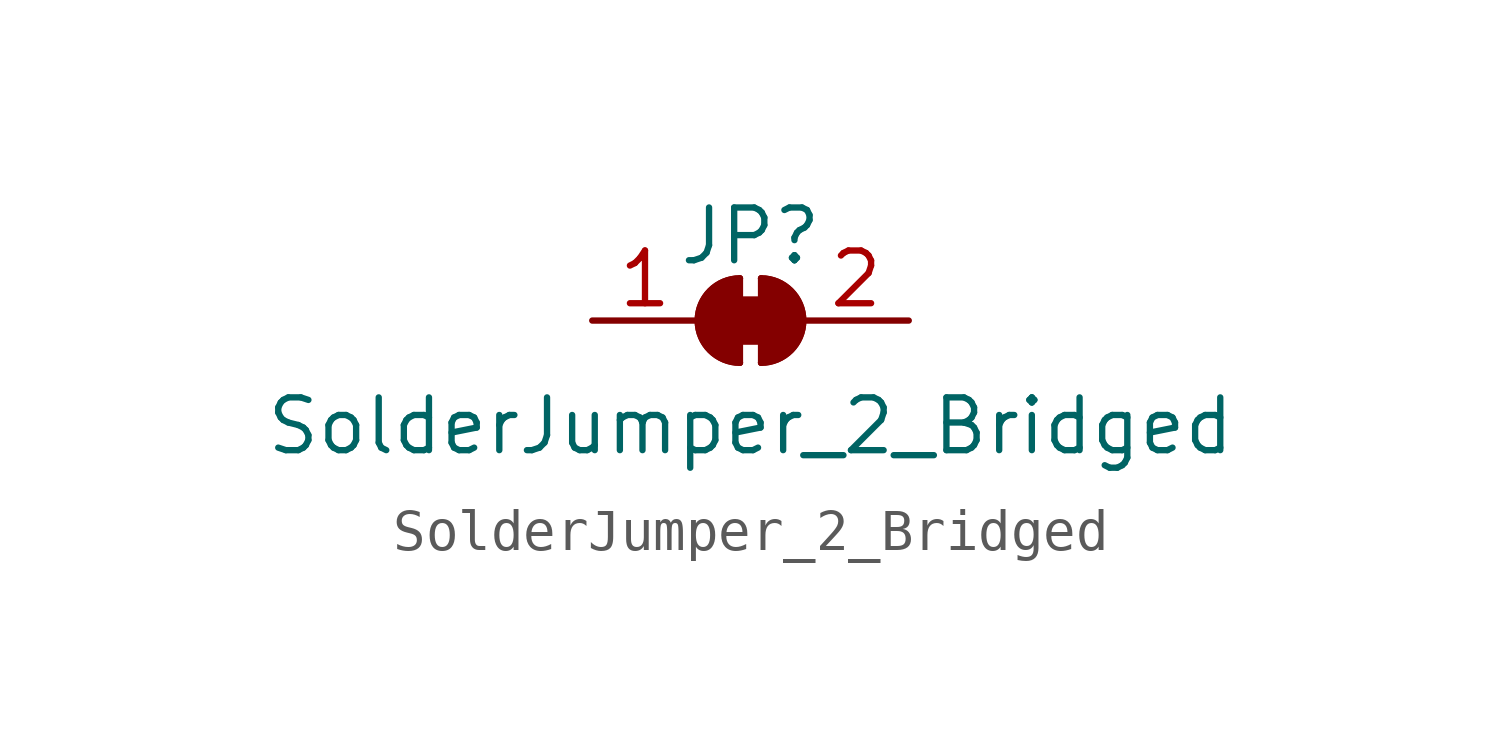
<source format=kicad_sym>
(kicad_symbol_lib
  (version 20220914)
  (generator kicad_symbol_editor)
  (symbol "SolderJumper_2_Bridged"
    (pin_names
      (offset 0) hide)
    (property "Reference" "JP"
      (at 0 2.032 0)
      (effects (font (size 1.27 1.27))))
    (property "Value" "SolderJumper_2_Bridged"
      (at 0 -2.54 0)
      (effects (font (size 1.27 1.27))))
    (symbol "SolderJumper_2_Bridged_0_1"
      (rectangle (start -0.508 0.508) (end 0.508 -0.508) (stroke (width 0) (type default)) (fill (type outline)))
      (arc (start -0.254 1.016) (mid -1.2656 0) (end -0.254 -1.016) (stroke (width 0) (type default)) (fill (type none)))
      (arc (start -0.254 1.016) (mid -1.2656 0) (end -0.254 -1.016) (stroke (width 0) (type default)) (fill (type outline)))
      (polyline (pts (xy -0.254 1.016) (xy -0.254 -1.016)) (stroke (width 0) (type default)) (fill (type none)))
      (polyline (pts (xy 0.254 1.016) (xy 0.254 -1.016)) (stroke (width 0) (type default)) (fill (type none)))
      (arc (start 0.254 -1.016) (mid 1.2656 0) (end 0.254 1.016) (stroke (width 0) (type default)) (fill (type none)))
      (arc (start 0.254 -1.016) (mid 1.2656 0) (end 0.254 1.016) (stroke (width 0) (type default)) (fill (type outline))))
    (symbol "SolderJumper_2_Bridged_1_1"
      (pin passive line (at -3.81 0 0) (length 2.54) (name "A" (effects (font (size 1.27 1.27)))) (number "1" (effects (font (size 1.27 1.27)))))
      (pin passive line (at 3.81 0 180) (length 2.54) (name "B" (effects (font (size 1.27 1.27)))) (number "2" (effects (font (size 1.27 1.27))))))))
</source>
